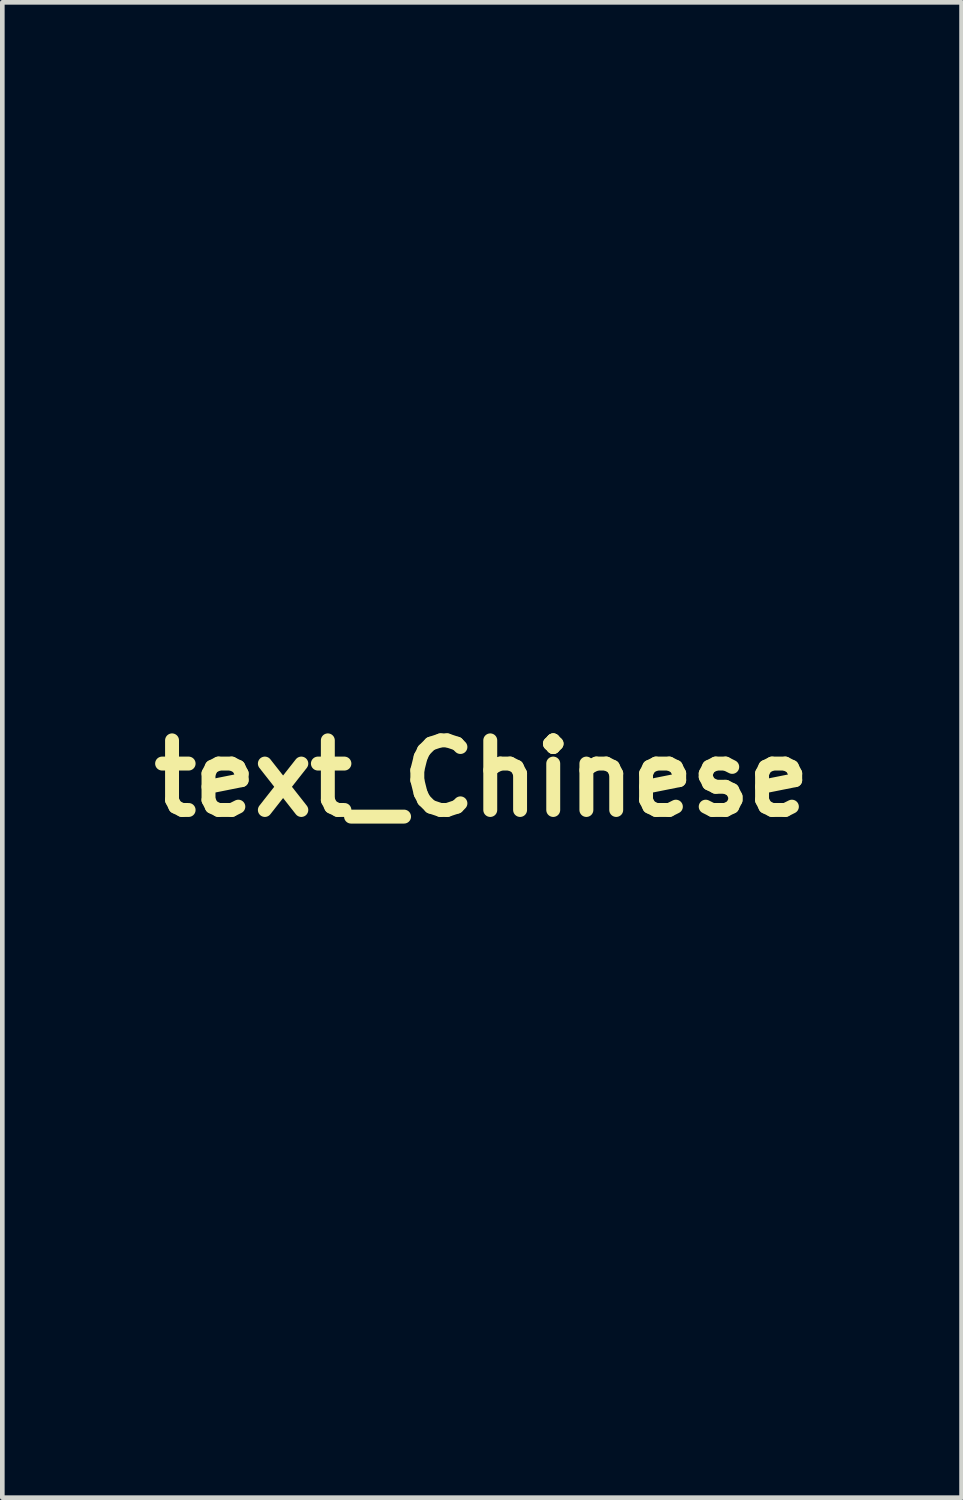
<source format=kicad_pcb>
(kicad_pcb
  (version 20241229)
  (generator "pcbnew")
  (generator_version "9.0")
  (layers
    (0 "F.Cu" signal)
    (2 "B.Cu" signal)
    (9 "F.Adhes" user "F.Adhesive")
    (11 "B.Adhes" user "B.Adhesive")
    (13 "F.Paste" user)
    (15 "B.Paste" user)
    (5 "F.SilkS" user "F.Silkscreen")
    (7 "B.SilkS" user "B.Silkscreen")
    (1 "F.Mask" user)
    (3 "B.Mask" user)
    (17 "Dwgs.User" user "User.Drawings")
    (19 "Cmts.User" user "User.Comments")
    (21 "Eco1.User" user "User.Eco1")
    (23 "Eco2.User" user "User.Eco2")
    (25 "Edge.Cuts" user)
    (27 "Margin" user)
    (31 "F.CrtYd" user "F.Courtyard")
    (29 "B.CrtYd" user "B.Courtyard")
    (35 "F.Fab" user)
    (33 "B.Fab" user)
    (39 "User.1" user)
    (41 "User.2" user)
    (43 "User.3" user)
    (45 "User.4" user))
  (footprint "text_Chinese"
    (layer "F.Cu")
    (at 7.336 13.315)
    (property "Reference" "text_Chinese" (at 0 0.411 0) (layer "F.SilkS") (effects (font (size 1.5 1.5) (thickness 0.3))))
    (attr board_only exclude_from_pos_files exclude_from_bom)
    (fp_poly (pts (xy 0.027 -2.323) (xy 0.146 -2.293) (xy 0.273 -2.248) (xy 0.399 -2.19) (xy 0.515 -2.124) (xy 0.614 -2.053) (xy 0.653 -2.019) (xy 0.73 -1.936) (xy 0.783 -1.86) (xy 0.815 -1.781) (xy 0.83 -1.691) (xy 0.833 -1.612) (xy 0.828 -1.512) (xy 0.811 -1.432) (xy 0.777 -1.361) (xy 0.722 -1.288) (xy 0.691 -1.253) (xy 0.611 -1.181) (xy 0.533 -1.14) (xy 0.458 -1.132) (xy 0.387 -1.155) (xy 0.347 -1.184) (xy 0.307 -1.229) (xy 0.265 -1.295) (xy 0.221 -1.384) (xy 0.172 -1.499) (xy 0.119 -1.642) (xy 0.103 -1.685) (xy 0.054 -1.824) (xy 0.01 -1.935) (xy -0.029 -2.023) (xy -0.065 -2.091) (xy -0.1 -2.142) (xy -0.136 -2.182) (xy -0.145 -2.19) (xy -0.194 -2.24) (xy -0.212 -2.279) (xy -0.2 -2.309) (xy -0.157 -2.327) (xy -0.084 -2.333) (xy -0.078 -2.333)) (stroke (width 0) (type solid)) (fill yes) (layer "F.Mask"))
    (fp_poly (pts (xy -1.015 -2.371) (xy -0.957 -2.345) (xy -0.885 -2.293) (xy -0.8 -2.215) (xy -0.763 -2.177) (xy -0.634 -2.031) (xy -0.53 -1.883) (xy -0.448 -1.731) (xy -0.402 -1.619) (xy -0.381 -1.523) (xy -0.386 -1.439) (xy -0.417 -1.362) (xy -0.476 -1.287) (xy -0.518 -1.247) (xy -0.596 -1.185) (xy -0.683 -1.131) (xy -0.769 -1.088) (xy -0.845 -1.063) (xy -0.861 -1.06) (xy -0.927 -1.064) (xy -0.963 -1.078) (xy -0.999 -1.108) (xy -1.041 -1.159) (xy -1.085 -1.222) (xy -1.123 -1.288) (xy -1.151 -1.348) (xy -1.154 -1.357) (xy -1.162 -1.389) (xy -1.165 -1.431) (xy -1.165 -1.489) (xy -1.161 -1.569) (xy -1.153 -1.674) (xy -1.145 -1.803) (xy -1.14 -1.932) (xy -1.14 -2.048) (xy -1.143 -2.112) (xy -1.147 -2.207) (xy -1.144 -2.274) (xy -1.133 -2.32) (xy -1.113 -2.349) (xy -1.082 -2.367) (xy -1.063 -2.373)) (stroke (width 0) (type solid)) (fill yes) (layer "F.Mask"))
    (fp_poly (pts (xy 1.363 -2.234) (xy 1.452 -2.226) (xy 1.548 -2.211) (xy 1.643 -2.189) (xy 1.676 -2.18) (xy 1.881 -2.112) (xy 2.067 -2.035) (xy 2.231 -1.95) (xy 2.37 -1.86) (xy 2.483 -1.764) (xy 2.567 -1.666) (xy 2.607 -1.599) (xy 2.642 -1.49) (xy 2.646 -1.381) (xy 2.618 -1.274) (xy 2.56 -1.17) (xy 2.479 -1.08) (xy 2.389 -1.01) (xy 2.293 -0.96) (xy 2.197 -0.933) (xy 2.107 -0.931) (xy 2.068 -0.939) (xy 2.018 -0.959) (xy 1.971 -0.99) (xy 1.923 -1.034) (xy 1.874 -1.094) (xy 1.821 -1.174) (xy 1.761 -1.275) (xy 1.693 -1.401) (xy 1.634 -1.516) (xy 1.562 -1.656) (xy 1.501 -1.77) (xy 1.45 -1.861) (xy 1.407 -1.933) (xy 1.368 -1.989) (xy 1.332 -2.031) (xy 1.296 -2.064) (xy 1.259 -2.09) (xy 1.226 -2.108) (xy 1.181 -2.138) (xy 1.167 -2.169) (xy 1.183 -2.202) (xy 1.193 -2.213) (xy 1.226 -2.228) (xy 1.285 -2.235)) (stroke (width 0) (type solid)) (fill yes) (layer "F.Mask"))
    (fp_poly (pts (xy 1.205 2.132) (xy 1.397 2.159) (xy 1.585 2.207) (xy 1.763 2.274) (xy 1.925 2.36) (xy 1.948 2.375) (xy 2.079 2.474) (xy 2.183 2.583) (xy 2.258 2.698) (xy 2.302 2.819) (xy 2.312 2.875) (xy 2.311 2.97) (xy 2.287 3.076) (xy 2.245 3.185) (xy 2.189 3.29) (xy 2.123 3.384) (xy 2.049 3.46) (xy 1.973 3.511) (xy 1.969 3.513) (xy 1.896 3.534) (xy 1.811 3.542) (xy 1.727 3.535) (xy 1.673 3.519) (xy 1.621 3.49) (xy 1.569 3.446) (xy 1.517 3.384) (xy 1.46 3.302) (xy 1.397 3.197) (xy 1.326 3.064) (xy 1.314 3.042) (xy 1.235 2.892) (xy 1.164 2.768) (xy 1.097 2.666) (xy 1.032 2.583) (xy 0.965 2.514) (xy 0.892 2.455) (xy 0.809 2.402) (xy 0.715 2.352) (xy 0.713 2.351) (xy 0.634 2.31) (xy 0.586 2.277) (xy 0.566 2.25) (xy 0.576 2.227) (xy 0.613 2.204) (xy 0.671 2.182) (xy 0.836 2.143) (xy 1.016 2.126)) (stroke (width 0) (type solid)) (fill yes) (layer "F.Mask"))
    (fp_poly (pts (xy -2.182 -2.355) (xy -2.151 -2.331) (xy -2.114 -2.282) (xy -2.073 -2.215) (xy -2.033 -2.135) (xy -1.997 -2.05) (xy -1.977 -1.994) (xy -1.95 -1.903) (xy -1.934 -1.826) (xy -1.926 -1.748) (xy -1.924 -1.693) (xy -1.925 -1.619) (xy -1.929 -1.565) (xy -1.94 -1.518) (xy -1.961 -1.468) (xy -1.974 -1.439) (xy -2.073 -1.263) (xy -2.194 -1.108) (xy -2.258 -1.043) (xy -2.351 -0.961) (xy -2.433 -0.908) (xy -2.507 -0.881) (xy -2.577 -0.879) (xy -2.647 -0.903) (xy -2.679 -0.921) (xy -2.759 -0.986) (xy -2.837 -1.074) (xy -2.907 -1.175) (xy -2.961 -1.282) (xy -2.977 -1.326) (xy -2.992 -1.381) (xy -2.995 -1.422) (xy -2.985 -1.465) (xy -2.984 -1.469) (xy -2.951 -1.529) (xy -2.889 -1.602) (xy -2.798 -1.688) (xy -2.677 -1.787) (xy -2.595 -1.849) (xy -2.522 -1.905) (xy -2.453 -1.961) (xy -2.395 -2.011) (xy -2.355 -2.049) (xy -2.349 -2.054) (xy -2.307 -2.114) (xy -2.271 -2.188) (xy -2.247 -2.263) (xy -2.239 -2.319) (xy -2.228 -2.352) (xy -2.198 -2.36)) (stroke (width 0) (type solid)) (fill yes) (layer "F.Mask"))
    (fp_poly (pts (xy 2.135 0.565) (xy 2.168 0.571) (xy 2.201 0.581) (xy 2.239 0.594) (xy 2.241 0.595) (xy 2.363 0.643) (xy 2.492 0.707) (xy 2.62 0.784) (xy 2.744 0.868) (xy 2.857 0.957) (xy 2.954 1.046) (xy 3.029 1.131) (xy 3.064 1.183) (xy 3.103 1.27) (xy 3.112 1.348) (xy 3.091 1.422) (xy 3.065 1.464) (xy 3.006 1.534) (xy 2.932 1.6) (xy 2.852 1.659) (xy 2.772 1.706) (xy 2.7 1.736) (xy 2.649 1.744) (xy 2.611 1.738) (xy 2.553 1.72) (xy 2.485 1.695) (xy 2.444 1.678) (xy 2.31 1.62) (xy 2.187 1.571) (xy 2.072 1.53) (xy 1.961 1.497) (xy 1.849 1.471) (xy 1.733 1.452) (xy 1.607 1.439) (xy 1.469 1.43) (xy 1.313 1.427) (xy 1.136 1.428) (xy 0.932 1.432) (xy 0.8 1.435) (xy 0.664 1.439) (xy 0.536 1.443) (xy 0.42 1.446) (xy 0.321 1.449) (xy 0.243 1.451) (xy 0.189 1.452) (xy 0.165 1.452) (xy 0.11 1.452) (xy 0.186 1.537) (xy 0.252 1.621) (xy 0.306 1.709) (xy 0.341 1.791) (xy 0.346 1.81) (xy 0.345 1.844) (xy 0.33 1.893) (xy 0.299 1.963) (xy 0.29 1.98) (xy 0.224 2.109) (xy 0.234 2.352) (xy 0.236 2.415) (xy 0.24 2.505) (xy 0.245 2.621) (xy 0.251 2.757) (xy 0.257 2.909) (xy 0.265 3.075) (xy 0.272 3.249) (xy 0.28 3.427) (xy 0.284 3.527) (xy 0.292 3.707) (xy 0.299 3.885) (xy 0.306 4.056) (xy 0.312 4.218) (xy 0.318 4.364) (xy 0.322 4.493) (xy 0.326 4.599) (xy 0.328 4.679) (xy 0.328 4.711) (xy 0.332 4.962) (xy 0.27 5.075) (xy 0.196 5.195) (xy 0.112 5.305) (xy 0.022 5.401) (xy -0.07 5.481) (xy -0.159 5.541) (xy -0.243 5.576) (xy -0.304 5.586) (xy -0.348 5.577) (xy -0.395 5.554) (xy -0.402 5.549) (xy -0.458 5.498) (xy -0.522 5.422) (xy -0.588 5.325) (xy -0.653 5.212) (xy -0.682 5.156) (xy -0.718 5.083) (xy -0.746 5.021) (xy -0.766 4.965) (xy -0.78 4.909) (xy -0.786 4.849) (xy -0.787 4.78) (xy -0.781 4.697) (xy -0.769 4.595) (xy -0.753 4.469) (xy -0.74 4.375) (xy -0.708 4.144) (xy -0.681 3.939) (xy -0.659 3.756) (xy -0.642 3.59) (xy -0.63 3.436) (xy -0.622 3.289) (xy -0.618 3.144) (xy -0.618 2.996) (xy -0.621 2.84) (xy -0.629 2.67) (xy -0.639 2.483) (xy -0.653 2.272) (xy -0.655 2.247) (xy -0.665 2.106) (xy -0.674 1.973) (xy -0.683 1.853) (xy -0.691 1.75) (xy -0.697 1.666) (xy -0.702 1.607) (xy -0.705 1.575) (xy -0.706 1.573) (xy -0.714 1.523) (xy -0.839 1.537) (xy -1.165 1.577) (xy -1.504 1.628) (xy -1.858 1.691) (xy -2.235 1.766) (xy -2.407 1.803) (xy -2.524 1.827) (xy -2.617 1.843) (xy -2.684 1.851) (xy -2.719 1.85) (xy -2.762 1.835) (xy -2.809 1.805) (xy -2.863 1.756) (xy -2.928 1.686) (xy -3.008 1.592) (xy -3.008 1.591) (xy -3.07 1.516) (xy -3.139 1.435) (xy -3.204 1.36) (xy -3.235 1.324) (xy -3.284 1.268) (xy -3.315 1.229) (xy -3.331 1.2) (xy -3.336 1.175) (xy -3.333 1.147) (xy -3.313 1.09) (xy -3.275 1.043) (xy -3.23 1.015) (xy -3.207 1.011) (xy -3.176 1.013) (xy -3.121 1.019) (xy -3.051 1.028) (xy -2.999 1.036) (xy -2.809 1.061) (xy -2.614 1.079) (xy -2.411 1.09) (xy -2.194 1.093) (xy -1.961 1.088) (xy -1.708 1.076) (xy -1.43 1.056) (xy -1.159 1.032) (xy -0.828 1) (xy -0.527 0.971) (xy -0.256 0.944) (xy -0.011 0.919) (xy 0.208 0.896) (xy 0.403 0.875) (xy 0.576 0.855) (xy 0.729 0.837) (xy 0.864 0.819) (xy 0.981 0.803) (xy 1.083 0.787) (xy 1.172 0.772) (xy 1.249 0.757) (xy 1.316 0.742) (xy 1.358 0.731) (xy 1.526 0.687) (xy 1.667 0.65) (xy 1.782 0.62) (xy 1.876 0.597) (xy 1.952 0.58) (xy 2.012 0.569) (xy 2.061 0.563) (xy 2.101 0.562)) (stroke (width 0) (type solid)) (fill yes) (layer "F.Mask"))
    (fp_poly (pts (xy -1.493 7.909) (xy -1.357 7.934) (xy -1.209 7.975) (xy -1.061 8.029) (xy -0.924 8.091) (xy -0.82 8.152) (xy -0.75 8.203) (xy -0.707 8.247) (xy -0.688 8.289) (xy -0.688 8.333) (xy -0.689 8.338) (xy -0.71 8.385) (xy -0.752 8.443) (xy -0.808 8.502) (xy -0.87 8.556) (xy -0.931 8.598) (xy -0.944 8.605) (xy -0.98 8.622) (xy -1.014 8.633) (xy -1.053 8.641) (xy -1.104 8.645) (xy -1.174 8.646) (xy -1.247 8.646) (xy -1.329 8.648) (xy -1.418 8.653) (xy -1.509 8.66) (xy -1.594 8.668) (xy -1.668 8.677) (xy -1.724 8.687) (xy -1.756 8.696) (xy -1.76 8.699) (xy -1.75 8.709) (xy -1.718 8.731) (xy -1.671 8.76) (xy -1.66 8.766) (xy -1.575 8.821) (xy -1.503 8.88) (xy -1.449 8.937) (xy -1.419 8.989) (xy -1.416 8.998) (xy -1.413 9.038) (xy -1.415 9.095) (xy -1.42 9.135) (xy -1.436 9.227) (xy -1.363 9.238) (xy -1.243 9.268) (xy -1.114 9.322) (xy -1.031 9.368) (xy -0.937 9.424) (xy -0.943 9.177) (xy -0.945 9.079) (xy -0.949 9.006) (xy -0.955 8.954) (xy -0.962 8.915) (xy -0.974 8.883) (xy -0.983 8.864) (xy -1.005 8.809) (xy -1.003 8.775) (xy -0.979 8.762) (xy -0.953 8.765) (xy -0.915 8.781) (xy -0.856 8.813) (xy -0.785 8.857) (xy -0.706 8.909) (xy -0.626 8.964) (xy -0.551 9.02) (xy -0.494 9.065) (xy -0.396 9.153) (xy -0.325 9.232) (xy -0.279 9.306) (xy -0.256 9.38) (xy -0.255 9.457) (xy -0.267 9.526) (xy -0.318 9.662) (xy -0.398 9.788) (xy -0.481 9.88) (xy -0.537 9.928) (xy -0.58 9.953) (xy -0.613 9.959) (xy -0.661 9.947) (xy -0.719 9.913) (xy -0.779 9.864) (xy -0.833 9.805) (xy -0.849 9.783) (xy -0.896 9.716) (xy -0.952 9.766) (xy -0.997 9.802) (xy -1.042 9.827) (xy -1.094 9.843) (xy -1.163 9.855) (xy -1.24 9.862) (xy -1.315 9.87) (xy -1.387 9.88) (xy -1.443 9.89) (xy -1.455 9.893) (xy -1.524 9.912) (xy -1.524 10.235) (xy -1.524 10.559) (xy -1.454 10.559) (xy -1.366 10.569) (xy -1.269 10.596) (xy -1.17 10.637) (xy -1.073 10.688) (xy -0.986 10.746) (xy -0.913 10.808) (xy -0.861 10.87) (xy -0.837 10.921) (xy -0.838 10.978) (xy -0.864 11.04) (xy -0.91 11.102) (xy -0.969 11.157) (xy -1.038 11.2) (xy -1.099 11.221) (xy -1.143 11.228) (xy -1.211 11.234) (xy -1.295 11.24) (xy -1.386 11.245) (xy -1.41 11.246) (xy -1.507 11.251) (xy -1.594 11.258) (xy -1.677 11.268) (xy -1.758 11.284) (xy -1.843 11.306) (xy -1.934 11.336) (xy -2.037 11.374) (xy -2.154 11.422) (xy -2.291 11.482) (xy -2.45 11.554) (xy -2.545 11.597) (xy -2.651 11.644) (xy -2.735 11.674) (xy -2.804 11.689) (xy -2.862 11.689) (xy -2.917 11.675) (xy -2.974 11.647) (xy -2.988 11.639) (xy -3.05 11.598) (xy -3.121 11.548) (xy -3.185 11.5) (xy -3.28 11.418) (xy -3.347 11.348) (xy -3.387 11.288) (xy -3.4 11.236) (xy -3.39 11.195) (xy -3.379 11.181) (xy -3.36 11.171) (xy -3.328 11.164) (xy -3.276 11.16) (xy -3.198 11.156) (xy -3.182 11.155) (xy -2.991 11.136) (xy -2.782 11.094) (xy -2.559 11.03) (xy -2.431 10.985) (xy -2.272 10.927) (xy -2.262 10.723) (xy -2.258 10.628) (xy -2.252 10.53) (xy -2.247 10.442) (xy -2.243 10.385) (xy -2.234 10.252) (xy -2.355 10.308) (xy -2.447 10.347) (xy -2.52 10.369) (xy -2.579 10.375) (xy -2.633 10.366) (xy -2.676 10.348) (xy -2.769 10.295) (xy -2.859 10.236) (xy -2.942 10.172) (xy -3.013 10.109) (xy -3.068 10.05) (xy -3.102 9.999) (xy -3.112 9.964) (xy -3.107 9.92) (xy -3.089 9.892) (xy -3.053 9.874) (xy -2.991 9.863) (xy -2.972 9.86) (xy -2.883 9.845) (xy -2.77 9.817) (xy -2.64 9.777) (xy -2.496 9.728) (xy -2.391 9.688) (xy -2.328 9.663) (xy -2.278 9.643) (xy -2.247 9.63) (xy -2.241 9.627) (xy -2.24 9.611) (xy -2.241 9.567) (xy -2.243 9.504) (xy -2.247 9.426) (xy -2.252 9.339) (xy -2.257 9.25) (xy -2.263 9.164) (xy -2.268 9.088) (xy -2.273 9.027) (xy -2.277 8.988) (xy -2.279 8.978) (xy -2.285 8.96) (xy -2.294 8.953) (xy -2.314 8.958) (xy -2.35 8.978) (xy -2.396 9.007) (xy -2.504 9.069) (xy -2.595 9.114) (xy -2.667 9.141) (xy -2.71 9.149) (xy -2.753 9.14) (xy -2.817 9.115) (xy -2.895 9.077) (xy -2.983 9.03) (xy -3.075 8.977) (xy -3.165 8.92) (xy -3.248 8.864) (xy -3.318 8.81) (xy -3.357 8.776) (xy -3.398 8.732) (xy -3.416 8.694) (xy -3.42 8.66) (xy -3.417 8.619) (xy -3.404 8.592) (xy -3.375 8.576) (xy -3.326 8.568) (xy -3.251 8.565) (xy -3.234 8.565) (xy -3.171 8.564) (xy -3.11 8.559) (xy -3.047 8.55) (xy -2.977 8.535) (xy -2.894 8.514) (xy -2.793 8.484) (xy -2.67 8.446) (xy -2.589 8.419) (xy -2.385 8.351) (xy -2.21 8.285) (xy -2.06 8.22) (xy -1.931 8.156) (xy -1.819 8.089) (xy -1.722 8.018) (xy -1.68 7.982) (xy -1.585 7.899)) (stroke (width 0) (type solid)) (fill yes) (layer "F.Mask"))
    (fp_poly (pts (xy -0.406 -6.334) (xy -0.322 -6.305) (xy -0.227 -6.266) (xy -0.129 -6.22) (xy -0.034 -6.17) (xy 0.053 -6.12) (xy 0.124 -6.072) (xy 0.174 -6.03) (xy 0.19 -6.011) (xy 0.207 -5.982) (xy 0.217 -5.951) (xy 0.219 -5.913) (xy 0.214 -5.862) (xy 0.2 -5.791) (xy 0.179 -5.696) (xy 0.175 -5.681) (xy 0.154 -5.58) (xy 0.145 -5.501) (xy 0.147 -5.445) (xy 0.16 -5.417) (xy 0.17 -5.413) (xy 0.209 -5.417) (xy 0.272 -5.428) (xy 0.352 -5.444) (xy 0.442 -5.464) (xy 0.534 -5.486) (xy 0.623 -5.508) (xy 0.7 -5.529) (xy 0.752 -5.545) (xy 0.835 -5.576) (xy 0.929 -5.616) (xy 1.019 -5.659) (xy 1.047 -5.673) (xy 1.113 -5.707) (xy 1.172 -5.734) (xy 1.216 -5.75) (xy 1.233 -5.753) (xy 1.293 -5.742) (xy 1.37 -5.711) (xy 1.46 -5.665) (xy 1.555 -5.606) (xy 1.652 -5.537) (xy 1.744 -5.463) (xy 1.807 -5.406) (xy 1.857 -5.355) (xy 1.888 -5.318) (xy 1.904 -5.289) (xy 1.91 -5.259) (xy 1.911 -5.238) (xy 1.908 -5.199) (xy 1.894 -5.165) (xy 1.867 -5.126) (xy 1.829 -5.083) (xy 1.772 -5.027) (xy 1.707 -4.971) (xy 1.656 -4.934) (xy 1.623 -4.912) (xy 1.595 -4.896) (xy 1.567 -4.886) (xy 1.533 -4.883) (xy 1.49 -4.887) (xy 1.432 -4.897) (xy 1.355 -4.914) (xy 1.252 -4.938) (xy 1.206 -4.949) (xy 1.09 -4.973) (xy 0.985 -4.987) (xy 0.873 -4.991) (xy 0.849 -4.992) (xy 0.766 -4.99) (xy 0.666 -4.987) (xy 0.559 -4.982) (xy 0.45 -4.975) (xy 0.349 -4.968) (xy 0.262 -4.961) (xy 0.197 -4.953) (xy 0.18 -4.951) (xy 0.128 -4.942) (xy 0.128 -4.669) (xy 0.128 -4.396) (xy 0.205 -4.41) (xy 0.272 -4.425) (xy 0.344 -4.446) (xy 0.426 -4.475) (xy 0.524 -4.514) (xy 0.638 -4.562) (xy 0.715 -4.595) (xy 0.784 -4.623) (xy 0.839 -4.644) (xy 0.871 -4.656) (xy 0.873 -4.656) (xy 0.926 -4.656) (xy 1 -4.637) (xy 1.089 -4.601) (xy 1.191 -4.551) (xy 1.3 -4.488) (xy 1.412 -4.414) (xy 1.486 -4.36) (xy 1.61 -4.258) (xy 1.706 -4.161) (xy 1.771 -4.069) (xy 1.807 -3.985) (xy 1.814 -3.934) (xy 1.802 -3.875) (xy 1.767 -3.809) (xy 1.706 -3.734) (xy 1.618 -3.648) (xy 1.561 -3.599) (xy 1.456 -3.507) (xy 1.355 -3.416) (xy 1.264 -3.33) (xy 1.186 -3.253) (xy 1.128 -3.189) (xy 1.114 -3.172) (xy 1.065 -3.111) (xy 1.107 -3.061) (xy 1.137 -3.019) (xy 1.146 -2.983) (xy 1.135 -2.941) (xy 1.11 -2.894) (xy 1.064 -2.834) (xy 1.003 -2.779) (xy 0.936 -2.736) (xy 0.873 -2.71) (xy 0.841 -2.706) (xy 0.813 -2.711) (xy 0.762 -2.723) (xy 0.693 -2.742) (xy 0.614 -2.765) (xy 0.596 -2.771) (xy 0.493 -2.801) (xy 0.404 -2.822) (xy 0.316 -2.837) (xy 0.216 -2.849) (xy 0.156 -2.854) (xy 0.081 -2.858) (xy -0.012 -2.861) (xy -0.118 -2.864) (xy -0.232 -2.865) (xy -0.349 -2.864) (xy -0.464 -2.863) (xy -0.572 -2.861) (xy -0.668 -2.858) (xy -0.746 -2.855) (xy -0.803 -2.85) (xy -0.831 -2.845) (xy -0.853 -2.825) (xy -0.881 -2.785) (xy -0.903 -2.746) (xy -0.942 -2.681) (xy -0.993 -2.611) (xy -1.05 -2.545) (xy -1.104 -2.49) (xy -1.151 -2.456) (xy -1.154 -2.454) (xy -1.206 -2.435) (xy -1.258 -2.435) (xy -1.317 -2.457) (xy -1.356 -2.478) (xy -1.438 -2.532) (xy -1.519 -2.599) (xy -1.59 -2.67) (xy -1.642 -2.736) (xy -1.647 -2.746) (xy -1.665 -2.781) (xy -1.68 -2.827) (xy -1.694 -2.887) (xy -1.707 -2.969) (xy -1.721 -3.064) (xy -1.742 -3.209) (xy -1.765 -3.354) (xy -1.791 -3.49) (xy -1.816 -3.613) (xy -1.841 -3.717) (xy -1.864 -3.794) (xy -1.865 -3.795) (xy -1.885 -3.846) (xy -1.915 -3.915) (xy -1.921 -3.93) (xy -1.115 -3.93) (xy -1.029 -3.622) (xy -1.003 -3.527) (xy -0.98 -3.444) (xy -0.962 -3.376) (xy -0.949 -3.329) (xy -0.943 -3.308) (xy -0.943 -3.308) (xy -0.928 -3.306) (xy -0.89 -3.308) (xy -0.857 -3.312) (xy -0.815 -3.316) (xy -0.748 -3.322) (xy -0.66 -3.329) (xy -0.559 -3.336) (xy -0.45 -3.344) (xy -0.415 -3.347) (xy -0.301 -3.354) (xy -0.189 -3.362) (xy -0.086 -3.369) (xy 0 -3.375) (xy 0.063 -3.38) (xy 0.073 -3.38) (xy 0.205 -3.39) (xy 0.294 -3.579) (xy 0.34 -3.678) (xy 0.373 -3.755) (xy 0.396 -3.815) (xy 0.411 -3.865) (xy 0.419 -3.911) (xy 0.423 -3.96) (xy 0.423 -3.961) (xy 0.425 -4.009) (xy 0.418 -4.034) (xy 0.399 -4.048) (xy 0.371 -4.056) (xy 0.317 -4.064) (xy 0.235 -4.068) (xy 0.131 -4.068) (xy 0.008 -4.064) (xy -0.128 -4.057) (xy -0.272 -4.046) (xy -0.421 -4.033) (xy -0.57 -4.017) (xy -0.713 -4) (xy -0.846 -3.98) (xy -0.965 -3.959) (xy -0.968 -3.959) (xy -1.115 -3.93) (xy -1.921 -3.93) (xy -1.95 -3.993) (xy -1.978 -4.05) (xy -2.011 -4.121) (xy -2.038 -4.184) (xy -2.055 -4.233) (xy -2.061 -4.257) (xy -2.047 -4.296) (xy -2.01 -4.343) (xy -1.956 -4.393) (xy -1.893 -4.443) (xy -1.825 -4.486) (xy -1.76 -4.519) (xy -1.703 -4.536) (xy -1.686 -4.538) (xy -1.651 -4.528) (xy -1.597 -4.503) (xy -1.529 -4.464) (xy -1.453 -4.415) (xy -1.376 -4.36) (xy -1.366 -4.352) (xy -1.317 -4.316) (xy -1.275 -4.285) (xy -1.252 -4.268) (xy -1.226 -4.262) (xy -1.176 -4.261) (xy -1.109 -4.263) (xy -1.034 -4.269) (xy -0.957 -4.276) (xy -0.885 -4.286) (xy -0.827 -4.296) (xy -0.789 -4.307) (xy -0.778 -4.314) (xy -0.768 -4.346) (xy -0.76 -4.408) (xy -0.752 -4.5) (xy -0.747 -4.622) (xy -0.743 -4.775) (xy -0.741 -4.959) (xy -0.74 -5.17) (xy -0.739 -5.729) (xy -0.798 -5.867) (xy -0.826 -5.931) (xy -0.849 -5.987) (xy -0.864 -6.025) (xy -0.867 -6.034) (xy -0.866 -6.078) (xy -0.84 -6.13) (xy -0.795 -6.185) (xy -0.736 -6.238) (xy -0.67 -6.286) (xy -0.6 -6.323) (xy -0.533 -6.345) (xy -0.475 -6.349)) (stroke (width 0) (type solid)) (fill yes) (layer "F.Mask"))
    (fp_poly (pts (xy 0.087 7.245) (xy 0.179 7.269) (xy 0.283 7.305) (xy 0.39 7.35) (xy 0.494 7.401) (xy 0.586 7.453) (xy 0.658 7.505) (xy 0.678 7.522) (xy 0.75 7.592) (xy 0.739 7.693) (xy 0.733 7.76) (xy 0.726 7.843) (xy 0.719 7.926) (xy 0.719 7.937) (xy 0.709 8.079) (xy 0.788 8.069) (xy 1.008 8.028) (xy 1.215 7.958) (xy 1.407 7.864) (xy 1.58 7.744) (xy 1.594 7.733) (xy 1.653 7.686) (xy 1.708 7.648) (xy 1.752 7.623) (xy 1.769 7.616) (xy 1.846 7.611) (xy 1.947 7.624) (xy 2.071 7.653) (xy 2.172 7.684) (xy 2.305 7.732) (xy 2.429 7.785) (xy 2.54 7.84) (xy 2.635 7.896) (xy 2.71 7.95) (xy 2.761 8) (xy 2.786 8.044) (xy 2.788 8.057) (xy 2.773 8.121) (xy 2.732 8.188) (xy 2.669 8.252) (xy 2.59 8.307) (xy 2.563 8.322) (xy 2.533 8.336) (xy 2.504 8.345) (xy 2.47 8.35) (xy 2.423 8.352) (xy 2.358 8.35) (xy 2.267 8.347) (xy 2.263 8.346) (xy 2.035 8.344) (xy 1.828 8.361) (xy 1.673 8.388) (xy 1.586 8.406) (xy 1.681 8.475) (xy 1.766 8.544) (xy 1.837 8.614) (xy 1.889 8.679) (xy 1.918 8.734) (xy 1.921 8.746) (xy 1.924 8.778) (xy 1.923 8.819) (xy 1.917 8.875) (xy 1.907 8.95) (xy 1.89 9.049) (xy 1.872 9.154) (xy 1.861 9.219) (xy 1.854 9.269) (xy 1.851 9.3) (xy 1.852 9.304) (xy 1.87 9.303) (xy 1.909 9.293) (xy 1.953 9.279) (xy 2.016 9.261) (xy 2.078 9.249) (xy 2.111 9.246) (xy 2.203 9.256) (xy 2.309 9.282) (xy 2.419 9.321) (xy 2.522 9.369) (xy 2.608 9.422) (xy 2.635 9.444) (xy 2.674 9.486) (xy 2.69 9.528) (xy 2.691 9.544) (xy 2.678 9.598) (xy 2.644 9.659) (xy 2.594 9.721) (xy 2.541 9.769) (xy 2.458 9.823) (xy 2.382 9.853) (xy 2.303 9.861) (xy 2.21 9.847) (xy 2.173 9.838) (xy 2.104 9.823) (xy 2.03 9.811) (xy 1.959 9.804) (xy 1.899 9.802) (xy 1.86 9.807) (xy 1.851 9.81) (xy 1.845 9.822) (xy 1.84 9.85) (xy 1.835 9.896) (xy 1.831 9.964) (xy 1.827 10.056) (xy 1.824 10.174) (xy 1.82 10.321) (xy 1.818 10.39) (xy 1.816 10.522) (xy 1.813 10.644) (xy 1.812 10.751) (xy 1.81 10.84) (xy 1.81 10.907) (xy 1.81 10.949) (xy 1.81 10.962) (xy 1.826 10.962) (xy 1.869 10.959) (xy 1.931 10.952) (xy 2.006 10.943) (xy 2.013 10.942) (xy 2.1 10.93) (xy 2.166 10.918) (xy 2.222 10.903) (xy 2.278 10.881) (xy 2.346 10.849) (xy 2.394 10.825) (xy 2.469 10.787) (xy 2.522 10.762) (xy 2.56 10.747) (xy 2.589 10.742) (xy 2.616 10.744) (xy 2.648 10.751) (xy 2.653 10.752) (xy 2.745 10.785) (xy 2.851 10.838) (xy 2.964 10.906) (xy 3.078 10.986) (xy 3.187 11.072) (xy 3.284 11.16) (xy 3.363 11.245) (xy 3.407 11.304) (xy 3.443 11.376) (xy 3.451 11.438) (xy 3.43 11.492) (xy 3.379 11.54) (xy 3.297 11.583) (xy 3.262 11.597) (xy 3.141 11.632) (xy 3.016 11.642) (xy 2.881 11.628) (xy 2.779 11.604) (xy 2.699 11.583) (xy 2.62 11.561) (xy 2.553 11.543) (xy 2.529 11.537) (xy 2.441 11.521) (xy 2.325 11.509) (xy 2.185 11.502) (xy 2.024 11.5) (xy 1.846 11.502) (xy 1.654 11.508) (xy 1.453 11.519) (xy 1.246 11.533) (xy 1.037 11.55) (xy 0.83 11.571) (xy 0.628 11.596) (xy 0.435 11.623) (xy 0.342 11.638) (xy 0.25 11.653) (xy 0.185 11.663) (xy 0.139 11.668) (xy 0.107 11.668) (xy 0.082 11.663) (xy 0.06 11.654) (xy 0.05 11.649) (xy 0.008 11.618) (xy -0.046 11.563) (xy -0.107 11.488) (xy -0.111 11.483) (xy -0.154 11.426) (xy -0.191 11.381) (xy -0.218 11.353) (xy -0.227 11.345) (xy -0.242 11.357) (xy -0.271 11.39) (xy -0.311 11.439) (xy -0.345 11.483) (xy -0.581 11.769) (xy -0.841 12.033) (xy -1.123 12.274) (xy -1.429 12.491) (xy -1.756 12.686) (xy -1.862 12.741) (xy -1.996 12.807) (xy -2.105 12.857) (xy -2.19 12.89) (xy -2.254 12.907) (xy -2.297 12.909) (xy -2.322 12.896) (xy -2.328 12.886) (xy -2.329 12.859) (xy -2.313 12.825) (xy -2.278 12.78) (xy -2.222 12.723) (xy -2.144 12.652) (xy -2.051 12.573) (xy -1.728 12.285) (xy -1.435 11.988) (xy -1.173 11.684) (xy -0.941 11.37) (xy -0.772 11.099) (xy -0.085 11.099) (xy 0.14 11.089) (xy 0.229 11.084) (xy 0.34 11.078) (xy 0.465 11.07) (xy 0.593 11.061) (xy 0.713 11.053) (xy 0.816 11.045) (xy 0.908 11.037) (xy 0.983 11.03) (xy 1.038 11.024) (xy 1.066 11.02) (xy 1.07 11.018) (xy 1.072 11.001) (xy 1.074 10.956) (xy 1.077 10.889) (xy 1.079 10.804) (xy 1.08 10.706) (xy 1.082 10.601) (xy 1.083 10.492) (xy 1.084 10.385) (xy 1.085 10.284) (xy 1.085 10.195) (xy 1.085 10.122) (xy 1.084 10.069) (xy 1.082 10.043) (xy 1.081 10.04) (xy 1.063 10.046) (xy 1.027 10.06) (xy 1.016 10.065) (xy 0.925 10.088) (xy 0.838 10.079) (xy 0.77 10.046) (xy 0.687 9.983) (xy 0.603 9.905) (xy 0.531 9.826) (xy 0.517 9.807) (xy 0.49 9.775) (xy 0.473 9.764) (xy 0.47 9.769) (xy 0.465 9.799) (xy 0.45 9.853) (xy 0.427 9.927) (xy 0.399 10.015) (xy 0.366 10.11) (xy 0.332 10.209) (xy 0.297 10.304) (xy 0.265 10.391) (xy 0.244 10.442) (xy 0.162 10.631) (xy 0.073 10.815) (xy -0.016 10.981) (xy -0.033 11.011) (xy -0.085 11.099) (xy -0.772 11.099) (xy -0.739 11.047) (xy -0.567 10.714) (xy -0.478 10.513) (xy -0.333 10.116) (xy -0.219 9.715) (xy -0.2 9.618) (xy 0.511 9.618) (xy 0.521 9.623) (xy 0.558 9.624) (xy 0.613 9.622) (xy 0.681 9.616) (xy 0.756 9.609) (xy 0.831 9.6) (xy 0.899 9.59) (xy 0.954 9.579) (xy 0.977 9.574) (xy 1.033 9.557) (xy 1.074 9.544) (xy 1.093 9.536) (xy 1.094 9.536) (xy 1.096 9.519) (xy 1.098 9.473) (xy 1.101 9.404) (xy 1.104 9.314) (xy 1.107 9.209) (xy 1.111 9.091) (xy 1.111 9.068) (xy 1.114 8.933) (xy 1.117 8.827) (xy 1.118 8.745) (xy 1.117 8.685) (xy 1.115 8.642) (xy 1.112 8.612) (xy 1.106 8.592) (xy 1.099 8.578) (xy 1.092 8.569) (xy 1.066 8.548) (xy 1.017 8.517) (xy 0.953 8.481) (xy 0.88 8.445) (xy 0.699 8.357) (xy 0.689 8.465) (xy 0.673 8.629) (xy 0.653 8.801) (xy 0.63 8.974) (xy 0.605 9.138) (xy 0.581 9.285) (xy 0.565 9.367) (xy 0.548 9.452) (xy 0.533 9.525) (xy 0.52 9.58) (xy 0.513 9.612) (xy 0.511 9.618) (xy -0.2 9.618) (xy -0.137 9.309) (xy -0.086 8.901) (xy -0.068 8.491) (xy -0.07 8.298) (xy -0.076 8.15) (xy -0.085 8.031) (xy -0.098 7.936) (xy -0.116 7.862) (xy -0.141 7.803) (xy -0.173 7.757) (xy -0.214 7.72) (xy -0.261 7.689) (xy -0.313 7.646) (xy -0.337 7.595) (xy -0.331 7.535) (xy -0.296 7.464) (xy -0.231 7.382) (xy -0.223 7.373) (xy -0.158 7.307) (xy -0.101 7.265) (xy -0.047 7.243) (xy 0.013 7.236) (xy 0.013 7.236)) (stroke (width 0) (type solid)) (fill yes) (layer "F.Mask"))
    (fp_poly (pts (xy 0.677 -13.305) (xy 0.735 -13.282) (xy 0.815 -13.248) (xy 0.913 -13.204) (xy 1.026 -13.151) (xy 1.152 -13.092) (xy 1.285 -13.027) (xy 1.319 -13.011) (xy 1.38 -12.973) (xy 1.417 -12.927) (xy 1.431 -12.866) (xy 1.426 -12.785) (xy 1.424 -12.774) (xy 1.41 -12.704) (xy 1.393 -12.631) (xy 1.384 -12.599) (xy 1.37 -12.551) (xy 1.362 -12.518) (xy 1.36 -12.509) (xy 1.374 -12.506) (xy 1.412 -12.508) (xy 1.465 -12.514) (xy 1.526 -12.524) (xy 1.584 -12.535) (xy 1.625 -12.545) (xy 1.671 -12.56) (xy 1.733 -12.586) (xy 1.801 -12.618) (xy 1.817 -12.626) (xy 1.885 -12.656) (xy 1.946 -12.678) (xy 1.991 -12.688) (xy 1.995 -12.688) (xy 2.082 -12.675) (xy 2.189 -12.636) (xy 2.314 -12.572) (xy 2.459 -12.482) (xy 2.622 -12.368) (xy 2.66 -12.34) (xy 2.774 -12.253) (xy 2.864 -12.181) (xy 2.932 -12.119) (xy 2.981 -12.065) (xy 3.014 -12.015) (xy 3.034 -11.966) (xy 3.044 -11.915) (xy 3.045 -11.872) (xy 3.036 -11.761) (xy 3.008 -11.67) (xy 2.958 -11.596) (xy 2.949 -11.585) (xy 2.909 -11.547) (xy 2.869 -11.52) (xy 2.823 -11.503) (xy 2.768 -11.496) (xy 2.696 -11.498) (xy 2.604 -11.508) (xy 2.486 -11.527) (xy 2.477 -11.528) (xy 2.348 -11.549) (xy 2.244 -11.565) (xy 2.157 -11.575) (xy 2.08 -11.581) (xy 2.006 -11.582) (xy 1.928 -11.579) (xy 1.838 -11.573) (xy 1.731 -11.563) (xy 1.61 -11.553) (xy 1.517 -11.547) (xy 1.449 -11.548) (xy 1.403 -11.554) (xy 1.375 -11.566) (xy 1.362 -11.584) (xy 1.36 -11.601) (xy 1.375 -11.631) (xy 1.42 -11.669) (xy 1.458 -11.695) (xy 1.572 -11.769) (xy 1.658 -11.831) (xy 1.72 -11.884) (xy 1.758 -11.93) (xy 1.776 -11.972) (xy 1.775 -12.012) (xy 1.767 -12.034) (xy 1.739 -12.071) (xy 1.692 -12.097) (xy 1.623 -12.113) (xy 1.527 -12.121) (xy 1.471 -12.121) (xy 1.328 -12.117) (xy 1.154 -12.103) (xy 0.949 -12.079) (xy 0.713 -12.046) (xy 0.447 -12.004) (xy 0.15 -11.952) (xy 0.142 -11.951) (xy -0.014 -11.922) (xy -0.023 -11.75) (xy -0.028 -11.675) (xy -0.034 -11.607) (xy -0.04 -11.558) (xy -0.044 -11.538) (xy -0.051 -11.51) (xy -0.042 -11.51) (xy -0.025 -11.524) (xy 0.042 -11.568) (xy 0.117 -11.598) (xy 0.167 -11.606) (xy 0.226 -11.595) (xy 0.297 -11.562) (xy 0.374 -11.51) (xy 0.451 -11.446) (xy 0.524 -11.373) (xy 0.585 -11.296) (xy 0.63 -11.222) (xy 0.659 -11.127) (xy 0.664 -11.012) (xy 0.646 -10.879) (xy 0.64 -10.849) (xy 0.628 -10.798) (xy 0.622 -10.761) (xy 0.621 -10.747) (xy 0.638 -10.748) (xy 0.682 -10.752) (xy 0.747 -10.759) (xy 0.829 -10.769) (xy 0.905 -10.778) (xy 1.185 -10.814) (xy 1.175 -10.877) (xy 1.162 -10.925) (xy 1.138 -10.986) (xy 1.115 -11.034) (xy 1.086 -11.099) (xy 1.078 -11.149) (xy 1.094 -11.189) (xy 1.131 -11.227) (xy 1.179 -11.258) (xy 1.24 -11.288) (xy 1.304 -11.312) (xy 1.358 -11.326) (xy 1.372 -11.327) (xy 1.432 -11.316) (xy 1.508 -11.284) (xy 1.594 -11.234) (xy 1.685 -11.171) (xy 1.776 -11.098) (xy 1.861 -11.018) (xy 1.874 -11.005) (xy 1.959 -10.915) (xy 2.072 -10.935) (xy 2.137 -10.949) (xy 2.219 -10.972) (xy 2.305 -11.001) (xy 2.354 -11.018) (xy 2.432 -11.047) (xy 2.488 -11.065) (xy 2.527 -11.072) (xy 2.558 -11.072) (xy 2.576 -11.068) (xy 2.642 -11.039) (xy 2.719 -10.989) (xy 2.802 -10.923) (xy 2.888 -10.845) (xy 2.972 -10.758) (xy 3.052 -10.668) (xy 3.122 -10.579) (xy 3.179 -10.495) (xy 3.22 -10.42) (xy 3.239 -10.359) (xy 3.24 -10.345) (xy 3.226 -10.299) (xy 3.187 -10.249) (xy 3.131 -10.2) (xy 3.066 -10.158) (xy 2.997 -10.127) (xy 2.932 -10.112) (xy 2.919 -10.112) (xy 2.87 -10.12) (xy 2.809 -10.144) (xy 2.778 -10.16) (xy 2.596 -10.246) (xy 2.398 -10.304) (xy 2.188 -10.334) (xy 2.072 -10.338) (xy 1.912 -10.338) (xy 1.895 -10.27) (xy 1.863 -10.157) (xy 1.823 -10.03) (xy 1.777 -9.898) (xy 1.73 -9.774) (xy 1.685 -9.666) (xy 1.667 -9.627) (xy 1.636 -9.56) (xy 1.611 -9.505) (xy 1.595 -9.468) (xy 1.59 -9.454) (xy 1.606 -9.446) (xy 1.645 -9.428) (xy 1.702 -9.402) (xy 1.762 -9.375) (xy 1.937 -9.291) (xy 2.102 -9.201) (xy 2.252 -9.108) (xy 2.381 -9.016) (xy 2.487 -8.926) (xy 2.539 -8.873) (xy 2.615 -8.772) (xy 2.665 -8.673) (xy 2.69 -8.566) (xy 2.696 -8.474) (xy 2.695 -8.398) (xy 2.688 -8.342) (xy 2.674 -8.292) (xy 2.653 -8.243) (xy 2.601 -8.155) (xy 2.531 -8.069) (xy 2.453 -7.995) (xy 2.374 -7.942) (xy 2.369 -7.939) (xy 2.301 -7.914) (xy 2.225 -7.897) (xy 2.203 -7.894) (xy 2.146 -7.893) (xy 2.105 -7.901) (xy 2.065 -7.924) (xy 2.047 -7.936) (xy 2.018 -7.962) (xy 1.97 -8.007) (xy 1.909 -8.068) (xy 1.837 -8.142) (xy 1.76 -8.224) (xy 1.705 -8.282) (xy 1.619 -8.374) (xy 1.53 -8.468) (xy 1.444 -8.557) (xy 1.367 -8.636) (xy 1.304 -8.699) (xy 1.28 -8.722) (xy 1.131 -8.864) (xy 1.014 -8.768) (xy 0.79 -8.605) (xy 0.549 -8.469) (xy 0.291 -8.36) (xy 0.019 -8.279) (xy -0.268 -8.226) (xy -0.567 -8.201) (xy -0.671 -8.199) (xy -0.787 -8.201) (xy -0.874 -8.209) (xy -0.935 -8.223) (xy -0.975 -8.244) (xy -0.996 -8.273) (xy -0.998 -8.278) (xy -1.006 -8.318) (xy -0.999 -8.349) (xy -0.974 -8.376) (xy -0.927 -8.4) (xy -0.855 -8.423) (xy -0.758 -8.448) (xy -0.476 -8.531) (xy -0.211 -8.64) (xy 0.035 -8.773) (xy 0.26 -8.931) (xy 0.422 -9.071) (xy 0.487 -9.134) (xy 0.528 -9.179) (xy 0.545 -9.21) (xy 0.537 -9.232) (xy 0.504 -9.25) (xy 0.444 -9.267) (xy 0.398 -9.278) (xy 0.247 -9.303) (xy 0.099 -9.301) (xy -0.025 -9.278) (xy -0.127 -9.254) (xy -0.206 -9.247) (xy -0.262 -9.257) (xy -0.287 -9.276) (xy -0.313 -9.325) (xy -0.333 -9.396) (xy -0.347 -9.492) (xy -0.353 -9.561) (xy -0.363 -9.7) (xy -0.264 -9.811) (xy -0.22 -9.866) (xy 0.366 -9.866) (xy 0.4 -9.832) (xy 0.428 -9.816) (xy 0.479 -9.795) (xy 0.547 -9.771) (xy 0.624 -9.747) (xy 0.702 -9.726) (xy 0.773 -9.708) (xy 0.83 -9.697) (xy 0.864 -9.695) (xy 0.886 -9.708) (xy 0.911 -9.745) (xy 0.942 -9.809) (xy 0.948 -9.824) (xy 0.978 -9.898) (xy 1.011 -9.987) (xy 1.044 -10.082) (xy 1.074 -10.173) (xy 1.098 -10.251) (xy 1.11 -10.294) (xy 1.12 -10.338) (xy 1.025 -10.331) (xy 0.972 -10.326) (xy 0.896 -10.32) (xy 0.808 -10.313) (xy 0.717 -10.305) (xy 0.711 -10.305) (xy 0.631 -10.298) (xy 0.563 -10.291) (xy 0.514 -10.286) (xy 0.489 -10.283) (xy 0.488 -10.282) (xy 0.482 -10.266) (xy 0.469 -10.224) (xy 0.451 -10.163) (xy 0.429 -10.089) (xy 0.424 -10.072) (xy 0.366 -9.866) (xy -0.22 -9.866) (xy -0.215 -9.872) (xy -0.171 -9.938) (xy -0.134 -10.004) (xy -0.106 -10.064) (xy -0.089 -10.116) (xy -0.085 -10.153) (xy -0.096 -10.171) (xy -0.111 -10.17) (xy -0.137 -10.162) (xy -0.187 -10.146) (xy -0.253 -10.126) (xy -0.326 -10.103) (xy -0.407 -10.079) (xy -0.484 -10.058) (xy -0.548 -10.043) (xy -0.585 -10.036) (xy -0.62 -10.034) (xy -0.653 -10.039) (xy -0.689 -10.053) (xy -0.731 -10.077) (xy -0.785 -10.116) (xy -0.854 -10.171) (xy -0.942 -10.245) (xy -0.953 -10.255) (xy -1.016 -10.307) (xy -1.071 -10.352) (xy -1.114 -10.386) (xy -1.138 -10.404) (xy -1.139 -10.404) (xy -1.145 -10.406) (xy -1.15 -10.402) (xy -1.154 -10.389) (xy -1.157 -10.365) (xy -1.159 -10.329) (xy -1.161 -10.276) (xy -1.162 -10.206) (xy -1.162 -10.114) (xy -1.161 -10) (xy -1.16 -9.86) (xy -1.159 -9.691) (xy -1.157 -9.556) (xy -1.155 -9.326) (xy -1.154 -9.128) (xy -1.154 -8.961) (xy -1.156 -8.824) (xy -1.158 -8.716) (xy -1.161 -8.637) (xy -1.165 -8.586) (xy -1.166 -8.58) (xy -1.192 -8.477) (xy -1.236 -8.365) (xy -1.293 -8.252) (xy -1.36 -8.145) (xy -1.433 -8.05) (xy -1.507 -7.974) (xy -1.564 -7.932) (xy -1.643 -7.898) (xy -1.714 -7.895) (xy -1.772 -7.916) (xy -1.801 -7.941) (xy -1.835 -7.989) (xy -1.875 -8.064) (xy -1.896 -8.106) (xy -1.936 -8.188) (xy -1.984 -8.287) (xy -2.033 -8.389) (xy -2.074 -8.474) (xy -2.135 -8.595) (xy -2.194 -8.691) (xy -2.255 -8.767) (xy -2.326 -8.83) (xy -2.413 -8.885) (xy -2.52 -8.938) (xy -2.592 -8.969) (xy -2.645 -9.001) (xy -2.672 -9.04) (xy -2.671 -9.081) (xy -2.659 -9.1) (xy -2.636 -9.115) (xy -2.598 -9.12) (xy -2.556 -9.117) (xy -2.503 -9.112) (xy -2.43 -9.106) (xy -2.349 -9.1) (xy -2.309 -9.097) (xy -2.231 -9.093) (xy -2.177 -9.092) (xy -2.137 -9.097) (xy -2.103 -9.107) (xy -2.071 -9.121) (xy -2.04 -9.138) (xy -2.014 -9.156) (xy -1.993 -9.18) (xy -1.976 -9.212) (xy -1.962 -9.256) (xy -1.95 -9.316) (xy -1.94 -9.393) (xy -1.931 -9.493) (xy -1.921 -9.617) (xy -1.911 -9.77) (xy -1.909 -9.807) (xy -1.902 -9.915) (xy -2.066 -9.783) (xy -2.173 -9.697) (xy -2.283 -9.612) (xy -2.392 -9.528) (xy -2.498 -9.449) (xy -2.595 -9.379) (xy -2.679 -9.319) (xy -2.747 -9.274) (xy -2.795 -9.245) (xy -2.8 -9.243) (xy -2.849 -9.22) (xy -2.882 -9.211) (xy -2.911 -9.215) (xy -2.938 -9.225) (xy -2.966 -9.244) (xy -3.01 -9.281) (xy -3.067 -9.332) (xy -3.132 -9.394) (xy -3.202 -9.462) (xy -3.272 -9.532) (xy -3.338 -9.601) (xy -3.397 -9.664) (xy -3.444 -9.717) (xy -3.475 -9.756) (xy -3.487 -9.777) (xy -3.487 -9.777) (xy -3.479 -9.823) (xy -3.451 -9.853) (xy -3.398 -9.872) (xy -3.361 -9.877) (xy -3.269 -9.893) (xy -3.162 -9.921) (xy -3.04 -9.961) (xy -2.9 -10.014) (xy -2.739 -10.082) (xy -2.556 -10.164) (xy -2.348 -10.263) (xy -2.267 -10.302) (xy -1.882 -10.49) (xy -1.882 -10.641) (xy -0.979 -10.641) (xy -0.961 -10.637) (xy -0.916 -10.635) (xy -0.848 -10.634) (xy -0.763 -10.634) (xy -0.665 -10.635) (xy -0.561 -10.636) (xy -0.454 -10.639) (xy -0.35 -10.643) (xy -0.253 -10.647) (xy -0.17 -10.652) (xy -0.104 -10.657) (xy -0.103 -10.657) (xy -0.046 -10.664) (xy -0.014 -10.674) (xy 0.002 -10.689) (xy 0.008 -10.704) (xy 0.011 -10.732) (xy 0.014 -10.786) (xy 0.017 -10.861) (xy 0.019 -10.949) (xy 0.02 -11.031) (xy 0.021 -11.135) (xy 0.02 -11.211) (xy 0.019 -11.266) (xy 0.015 -11.305) (xy 0.008 -11.333) (xy -0.002 -11.354) (xy -0.015 -11.376) (xy -0.018 -11.38) (xy -0.044 -11.413) (xy -0.064 -11.429) (xy -0.069 -11.428) (xy -0.081 -11.408) (xy -0.1 -11.367) (xy -0.117 -11.327) (xy -0.191 -11.177) (xy -0.277 -11.052) (xy -0.374 -10.955) (xy -0.423 -10.92) (xy -0.48 -10.887) (xy -0.523 -10.876) (xy -0.56 -10.886) (xy -0.596 -10.912) (xy -0.64 -10.95) (xy -0.678 -10.905) (xy -0.708 -10.876) (xy -0.755 -10.834) (xy -0.814 -10.787) (xy -0.853 -10.758) (xy -0.908 -10.715) (xy -0.951 -10.678) (xy -0.975 -10.651) (xy -0.979 -10.641) (xy -1.882 -10.641) (xy -1.882 -10.827) (xy -1.882 -11.165) (xy -1.959 -11.134) (xy -2.004 -11.116) (xy -2.07 -11.09) (xy -2.149 -11.058) (xy -2.232 -11.024) (xy -2.24 -11.021) (xy -2.347 -10.98) (xy -2.43 -10.953) (xy -2.495 -10.941) (xy -2.547 -10.942) (xy -2.591 -10.956) (xy -2.627 -10.978) (xy -2.683 -11.027) (xy -2.745 -11.094) (xy -2.809 -11.172) (xy -2.867 -11.254) (xy -2.886 -11.283) (xy -1.196 -11.283) (xy -1.195 -11.208) (xy -1.193 -11.128) (xy -1.19 -11.049) (xy -1.186 -10.978) (xy -1.181 -10.92) (xy -1.177 -10.884) (xy -1.173 -10.873) (xy -1.156 -10.881) (xy -1.117 -10.9) (xy -1.061 -10.929) (xy -0.998 -10.963) (xy -0.918 -11.003) (xy -0.844 -11.035) (xy -0.784 -11.056) (xy -0.759 -11.062) (xy -0.715 -11.069) (xy -0.695 -11.079) (xy -0.695 -11.099) (xy -0.701 -11.123) (xy -0.709 -11.161) (xy -0.717 -11.221) (xy -0.723 -11.294) (xy -0.726 -11.333) (xy -0.736 -11.481) (xy -0.067 -11.481) (xy -0.059 -11.473) (xy -0.051 -11.481) (xy -0.059 -11.489) (xy -0.067 -11.481) (xy -0.736 -11.481) (xy -0.736 -11.493) (xy -0.841 -11.483) (xy -0.916 -11.473) (xy -0.994 -11.46) (xy -1.068 -11.446) (xy -1.131 -11.431) (xy -1.175 -11.417) (xy -1.191 -11.409) (xy -1.195 -11.39) (xy -1.196 -11.346) (xy -1.196 -11.283) (xy -2.886 -11.283) (xy -2.916 -11.331) (xy -2.95 -11.398) (xy -2.961 -11.429) (xy -2.959 -11.485) (xy -2.947 -11.511) (xy -2.936 -11.526) (xy -2.921 -11.537) (xy -2.898 -11.544) (xy -2.86 -11.549) (xy -2.803 -11.553) (xy -2.721 -11.557) (xy -2.674 -11.559) (xy -2.575 -11.564) (xy -2.477 -11.572) (xy -2.389 -11.582) (xy -2.321 -11.592) (xy -2.306 -11.595) (xy -2.224 -11.614) (xy -2.139 -11.636) (xy -2.057 -11.659) (xy -1.985 -11.681) (xy -1.929 -11.699) (xy -1.896 -11.713) (xy -1.891 -11.717) (xy -1.887 -11.738) (xy -1.885 -11.789) (xy -1.885 -11.866) (xy -1.888 -11.969) (xy -1.892 -12.093) (xy -1.893 -12.126) (xy -1.9 -12.269) (xy -1.908 -12.384) (xy -1.916 -12.475) (xy -1.928 -12.545) (xy -1.943 -12.598) (xy -1.963 -12.639) (xy -1.988 -12.671) (xy -2.02 -12.698) (xy -2.043 -12.714) (xy -2.091 -12.755) (xy -2.109 -12.8) (xy -2.099 -12.853) (xy -2.085 -12.882) (xy -2.043 -12.939) (xy -1.981 -12.994) (xy -1.91 -13.039) (xy -1.838 -13.069) (xy -1.785 -13.078) (xy -1.726 -13.069) (xy -1.653 -13.044) (xy -1.568 -13.007) (xy -1.479 -12.96) (xy -1.389 -12.906) (xy -1.304 -12.849) (xy -1.227 -12.792) (xy -1.166 -12.738) (xy -1.123 -12.69) (xy -1.105 -12.651) (xy -1.104 -12.645) (xy -1.11 -12.616) (xy -1.124 -12.565) (xy -1.145 -12.5) (xy -1.161 -12.453) (xy -1.188 -12.377) (xy -1.204 -12.319) (xy -1.213 -12.267) (xy -1.215 -12.209) (xy -1.214 -12.143) (xy -1.21 -11.99) (xy -1.12 -12.058) (xy -1.048 -12.109) (xy -0.993 -12.141) (xy -0.95 -12.156) (xy -0.91 -12.154) (xy -0.88 -12.144) (xy -0.801 -12.101) (xy -0.709 -12.033) (xy -0.609 -11.944) (xy -0.607 -11.942) (xy -0.523 -11.86) (xy -0.466 -11.963) (xy -0.435 -12.021) (xy -0.408 -12.074) (xy -0.392 -12.11) (xy -0.377 -12.18) (xy -0.377 -12.266) (xy -0.389 -12.354) (xy -0.407 -12.413) (xy -0.426 -12.465) (xy -0.437 -12.508) (xy -0.44 -12.525) (xy -0.425 -12.564) (xy -0.386 -12.597) (xy -0.34 -12.616) (xy -0.296 -12.611) (xy -0.245 -12.58) (xy -0.192 -12.527) (xy -0.142 -12.455) (xy -0.113 -12.402) (xy -0.084 -12.347) (xy -0.062 -12.316) (xy -0.044 -12.305) (xy -0.028 -12.306) (xy 0.001 -12.312) (xy 0.054 -12.321) (xy 0.124 -12.334) (xy 0.204 -12.348) (xy 0.209 -12.348) (xy 0.29 -12.362) (xy 0.362 -12.375) (xy 0.417 -12.385) (xy 0.449 -12.391) (xy 0.45 -12.391) (xy 0.467 -12.395) (xy 0.478 -12.404) (xy 0.483 -12.423) (xy 0.485 -12.458) (xy 0.483 -12.515) (xy 0.48 -12.58) (xy 0.473 -12.684) (xy 0.464 -12.761) (xy 0.452 -12.818) (xy 0.433 -12.859) (xy 0.406 -12.89) (xy 0.369 -12.918) (xy 0.363 -12.921) (xy 0.312 -12.961) (xy 0.289 -13.001) (xy 0.294 -13.046) (xy 0.327 -13.1) (xy 0.365 -13.143) (xy 0.452 -13.227) (xy 0.53 -13.283) (xy 0.599 -13.312) (xy 0.645 -13.315)) (stroke (width 0) (type solid)) (fill yes) (layer "F.Mask")))
  (gr_rect
    (start -3 -3)
    (end 17.671 29.223)
    (stroke (width 0.1) (type default))
    (fill no)
    (layer "Edge.Cuts")))
</source>
